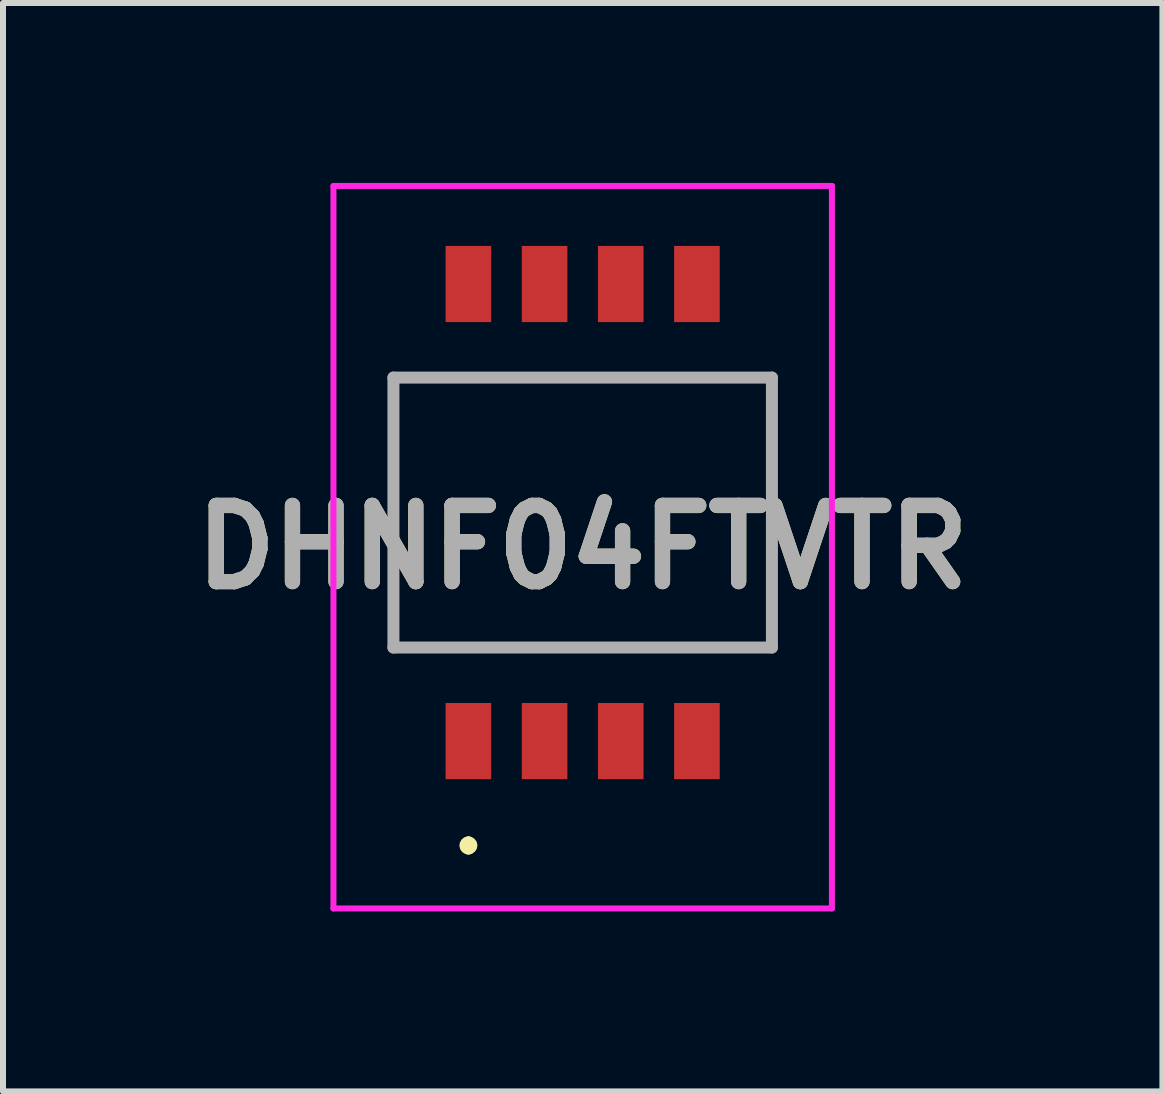
<source format=kicad_pcb>
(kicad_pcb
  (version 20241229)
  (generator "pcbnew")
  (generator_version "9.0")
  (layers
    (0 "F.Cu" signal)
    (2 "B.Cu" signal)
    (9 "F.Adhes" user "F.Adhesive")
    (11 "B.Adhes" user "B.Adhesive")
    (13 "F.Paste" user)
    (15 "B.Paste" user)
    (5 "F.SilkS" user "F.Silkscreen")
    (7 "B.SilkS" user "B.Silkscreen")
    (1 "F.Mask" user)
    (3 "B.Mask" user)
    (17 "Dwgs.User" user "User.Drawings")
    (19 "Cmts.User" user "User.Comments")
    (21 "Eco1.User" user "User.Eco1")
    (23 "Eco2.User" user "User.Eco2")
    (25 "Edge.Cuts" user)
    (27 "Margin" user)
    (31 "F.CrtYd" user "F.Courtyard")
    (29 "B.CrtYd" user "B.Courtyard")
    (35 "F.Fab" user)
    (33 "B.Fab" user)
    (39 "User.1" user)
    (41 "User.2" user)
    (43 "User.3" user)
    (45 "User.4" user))
  (footprint "DHNF04FTVTR"
    (layer "F.Cu")
    (at 6.664 5.495)
    (property "Reference" "DHNF04FTVTR" (at 0 0.577 0) (layer "F.SilkS") (effects (font (size 1.27 1.27) (thickness 0.254))))
    (attr smd)
    (fp_line (start -3.155 -2.25) (end -3.155 2.25) (stroke (width 0.1) (type solid)) (layer "F.SilkS"))
    (fp_line (start -1.905 5.5) (end -1.905 5.5) (stroke (width 0.2) (type solid)) (layer "F.SilkS"))
    (fp_line (start -1.905 5.6) (end -1.905 5.6) (stroke (width 0.2) (type solid)) (layer "F.SilkS"))
    (fp_line (start 3.155 -2.25) (end 3.155 2.25) (stroke (width 0.1) (type solid)) (layer "F.SilkS"))
    (fp_arc (start -1.905 5.5) (mid -1.855 5.55) (end -1.905 5.6) (stroke (width 0.2) (type solid)) (layer "F.SilkS"))
    (fp_arc (start -1.905 5.6) (mid -1.955 5.55) (end -1.905 5.5) (stroke (width 0.2) (type solid)) (layer "F.SilkS"))
    (fp_line (start -4.155 -5.445) (end 4.155 -5.445) (stroke (width 0.1) (type solid)) (layer "F.CrtYd"))
    (fp_line (start -4.155 6.6) (end -4.155 -5.445) (stroke (width 0.1) (type solid)) (layer "F.CrtYd"))
    (fp_line (start 4.155 -5.445) (end 4.155 6.6) (stroke (width 0.1) (type solid)) (layer "F.CrtYd"))
    (fp_line (start 4.155 6.6) (end -4.155 6.6) (stroke (width 0.1) (type solid)) (layer "F.CrtYd"))
    (fp_line (start -3.155 -2.25) (end 3.155 -2.25) (stroke (width 0.2) (type solid)) (layer "F.Fab"))
    (fp_line (start -3.155 2.25) (end -3.155 -2.25) (stroke (width 0.2) (type solid)) (layer "F.Fab"))
    (fp_line (start 3.155 -2.25) (end 3.155 2.25) (stroke (width 0.2) (type solid)) (layer "F.Fab"))
    (fp_line (start 3.155 2.25) (end -3.155 2.25) (stroke (width 0.2) (type solid)) (layer "F.Fab"))
    (fp_text user "${REFERENCE}" (at 0 0.577 0) (layer "F.Fab") (effects (font (size 1.27 1.27) (thickness 0.254))))
    (pad "1" smd rect (at -1.905 3.81) (size 0.76 1.27) (layers "F.Cu" "F.Mask" "F.Paste"))
    (pad "2" smd rect (at -0.635 3.81) (size 0.76 1.27) (layers "F.Cu" "F.Mask" "F.Paste"))
    (pad "3" smd rect (at 0.635 3.81) (size 0.76 1.27) (layers "F.Cu" "F.Mask" "F.Paste"))
    (pad "4" smd rect (at 1.905 3.81) (size 0.76 1.27) (layers "F.Cu" "F.Mask" "F.Paste"))
    (pad "5" smd rect (at 1.905 -3.81) (size 0.76 1.27) (layers "F.Cu" "F.Mask" "F.Paste"))
    (pad "6" smd rect (at 0.635 -3.81) (size 0.76 1.27) (layers "F.Cu" "F.Mask" "F.Paste"))
    (pad "7" smd rect (at -0.635 -3.81) (size 0.76 1.27) (layers "F.Cu" "F.Mask" "F.Paste"))
    (pad "8" smd rect (at -1.905 -3.81) (size 0.76 1.27) (layers "F.Cu" "F.Mask" "F.Paste")))
  (gr_rect
    (start -3 -3)
    (end 16.329 15.145)
    (stroke (width 0.1) (type default))
    (fill no)
    (layer "Edge.Cuts")))
</source>
